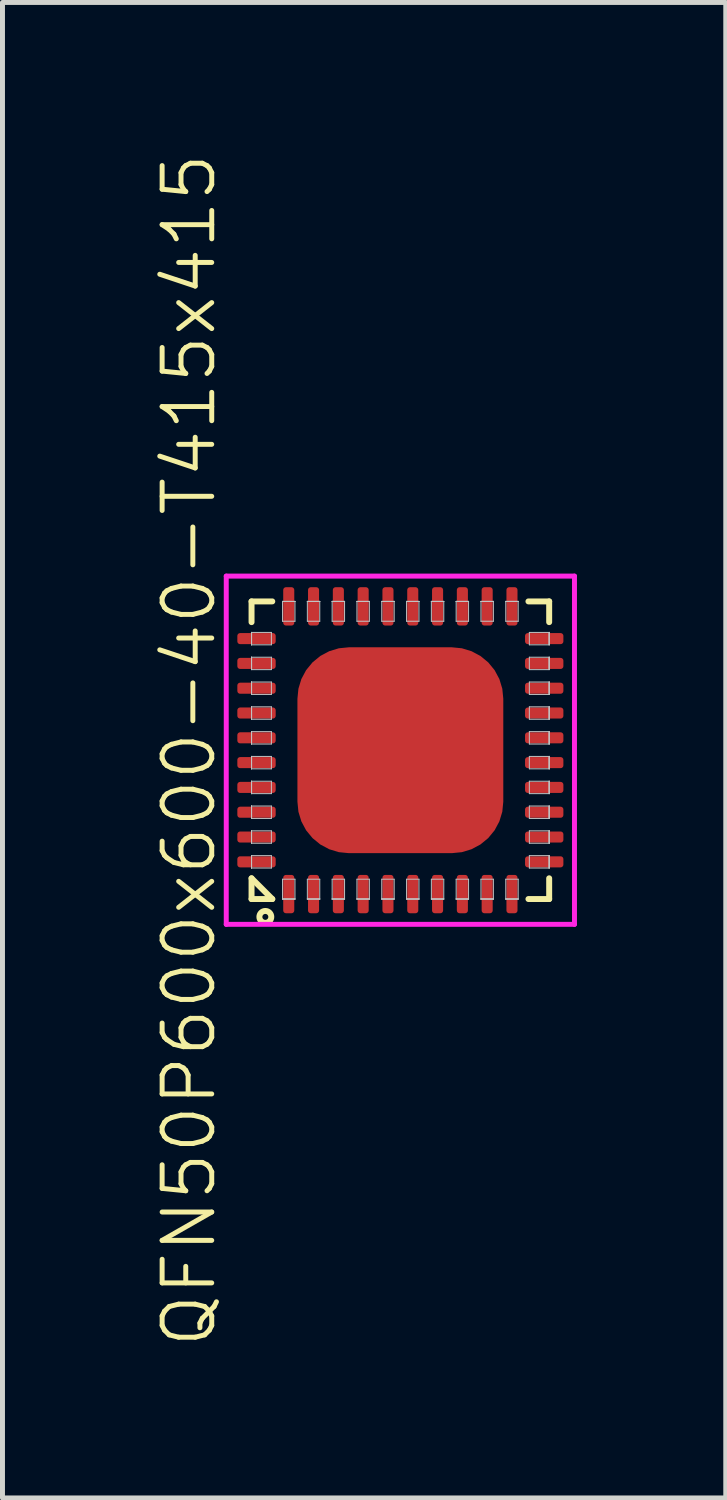
<source format=kicad_pcb>
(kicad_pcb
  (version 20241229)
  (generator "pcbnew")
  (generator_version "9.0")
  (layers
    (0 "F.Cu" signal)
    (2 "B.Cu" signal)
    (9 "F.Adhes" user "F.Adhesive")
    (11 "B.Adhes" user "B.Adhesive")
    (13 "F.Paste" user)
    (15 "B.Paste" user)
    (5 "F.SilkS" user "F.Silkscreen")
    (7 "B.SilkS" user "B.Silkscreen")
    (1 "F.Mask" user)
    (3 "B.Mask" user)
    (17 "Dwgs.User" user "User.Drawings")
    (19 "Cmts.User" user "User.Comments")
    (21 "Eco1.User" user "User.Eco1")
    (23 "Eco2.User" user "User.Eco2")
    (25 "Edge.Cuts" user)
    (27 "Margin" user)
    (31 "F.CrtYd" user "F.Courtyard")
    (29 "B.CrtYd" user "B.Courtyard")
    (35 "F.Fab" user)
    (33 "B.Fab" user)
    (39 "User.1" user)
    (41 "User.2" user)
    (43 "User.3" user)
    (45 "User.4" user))
  (footprint "QFN50P600x600-40-T415x415"
    (layer "F.Cu")
    (at 5.021 12.074)
    (property "Reference" "QFN50P600x600-40-T415x415" (at -4.26 0 90) (layer "F.SilkS") (effects (font (size 1 1) (thickness 0.1))))
    (attr through_hole)
    (fp_line (start -3 -3) (end -3 -2.582) (stroke (width 0.12) (type solid)) (layer "F.SilkS"))
    (fp_line (start -3 -3) (end -2.582 -3) (stroke (width 0.12) (type solid)) (layer "F.SilkS"))
    (fp_line (start -3 2.582) (end -2.582 3) (stroke (width 0.12) (type solid)) (layer "F.SilkS"))
    (fp_line (start -3 3) (end -3 2.582) (stroke (width 0.12) (type solid)) (layer "F.SilkS"))
    (fp_line (start -3 3) (end -2.582 3) (stroke (width 0.12) (type solid)) (layer "F.SilkS"))
    (fp_line (start 3 -3) (end 2.582 -3) (stroke (width 0.12) (type solid)) (layer "F.SilkS"))
    (fp_line (start 3 -3) (end 3 -2.582) (stroke (width 0.12) (type solid)) (layer "F.SilkS"))
    (fp_line (start 3 3) (end 2.582 3) (stroke (width 0.12) (type solid)) (layer "F.SilkS"))
    (fp_line (start 3 3) (end 3 2.582) (stroke (width 0.12) (type solid)) (layer "F.SilkS"))
    (fp_circle (center -2.722 3.36) (end -2.602 3.36) (stroke (width 0.12) (type solid)) (fill no) (layer "F.SilkS"))
    (fp_line (start -3 -2.375) (end -3 -2.375) (stroke (width 0.02) (type solid)) (layer "Dwgs.User"))
    (fp_line (start -3 -2.375) (end -3 -2.125) (stroke (width 0.02) (type solid)) (layer "Dwgs.User"))
    (fp_line (start -3 -2.375) (end -2.6 -2.375) (stroke (width 0.02) (type solid)) (layer "Dwgs.User"))
    (fp_line (start -3 -2.125) (end -3 -2.375) (stroke (width 0.02) (type solid)) (layer "Dwgs.User"))
    (fp_line (start -3 -2.125) (end -3 -2.375) (stroke (width 0.02) (type solid)) (layer "Dwgs.User"))
    (fp_line (start -3 -2.125) (end -3 -2.125) (stroke (width 0.02) (type solid)) (layer "Dwgs.User"))
    (fp_line (start -3 -1.875) (end -3 -1.875) (stroke (width 0.02) (type solid)) (layer "Dwgs.User"))
    (fp_line (start -3 -1.875) (end -3 -1.625) (stroke (width 0.02) (type solid)) (layer "Dwgs.User"))
    (fp_line (start -3 -1.875) (end -2.6 -1.875) (stroke (width 0.02) (type solid)) (layer "Dwgs.User"))
    (fp_line (start -3 -1.625) (end -3 -1.875) (stroke (width 0.02) (type solid)) (layer "Dwgs.User"))
    (fp_line (start -3 -1.625) (end -3 -1.875) (stroke (width 0.02) (type solid)) (layer "Dwgs.User"))
    (fp_line (start -3 -1.625) (end -3 -1.625) (stroke (width 0.02) (type solid)) (layer "Dwgs.User"))
    (fp_line (start -3 -1.375) (end -3 -1.375) (stroke (width 0.02) (type solid)) (layer "Dwgs.User"))
    (fp_line (start -3 -1.375) (end -3 -1.125) (stroke (width 0.02) (type solid)) (layer "Dwgs.User"))
    (fp_line (start -3 -1.375) (end -2.6 -1.375) (stroke (width 0.02) (type solid)) (layer "Dwgs.User"))
    (fp_line (start -3 -1.125) (end -3 -1.375) (stroke (width 0.02) (type solid)) (layer "Dwgs.User"))
    (fp_line (start -3 -1.125) (end -3 -1.375) (stroke (width 0.02) (type solid)) (layer "Dwgs.User"))
    (fp_line (start -3 -1.125) (end -3 -1.125) (stroke (width 0.02) (type solid)) (layer "Dwgs.User"))
    (fp_line (start -3 -0.875) (end -3 -0.875) (stroke (width 0.02) (type solid)) (layer "Dwgs.User"))
    (fp_line (start -3 -0.875) (end -3 -0.625) (stroke (width 0.02) (type solid)) (layer "Dwgs.User"))
    (fp_line (start -3 -0.875) (end -2.6 -0.875) (stroke (width 0.02) (type solid)) (layer "Dwgs.User"))
    (fp_line (start -3 -0.625) (end -3 -0.875) (stroke (width 0.02) (type solid)) (layer "Dwgs.User"))
    (fp_line (start -3 -0.625) (end -3 -0.875) (stroke (width 0.02) (type solid)) (layer "Dwgs.User"))
    (fp_line (start -3 -0.625) (end -3 -0.625) (stroke (width 0.02) (type solid)) (layer "Dwgs.User"))
    (fp_line (start -3 -0.375) (end -3 -0.375) (stroke (width 0.02) (type solid)) (layer "Dwgs.User"))
    (fp_line (start -3 -0.375) (end -3 -0.125) (stroke (width 0.02) (type solid)) (layer "Dwgs.User"))
    (fp_line (start -3 -0.375) (end -2.6 -0.375) (stroke (width 0.02) (type solid)) (layer "Dwgs.User"))
    (fp_line (start -3 -0.125) (end -3 -0.375) (stroke (width 0.02) (type solid)) (layer "Dwgs.User"))
    (fp_line (start -3 -0.125) (end -3 -0.375) (stroke (width 0.02) (type solid)) (layer "Dwgs.User"))
    (fp_line (start -3 -0.125) (end -3 -0.125) (stroke (width 0.02) (type solid)) (layer "Dwgs.User"))
    (fp_line (start -3 0.125) (end -3 0.125) (stroke (width 0.02) (type solid)) (layer "Dwgs.User"))
    (fp_line (start -3 0.125) (end -3 0.375) (stroke (width 0.02) (type solid)) (layer "Dwgs.User"))
    (fp_line (start -3 0.125) (end -2.6 0.125) (stroke (width 0.02) (type solid)) (layer "Dwgs.User"))
    (fp_line (start -3 0.375) (end -3 0.125) (stroke (width 0.02) (type solid)) (layer "Dwgs.User"))
    (fp_line (start -3 0.375) (end -3 0.125) (stroke (width 0.02) (type solid)) (layer "Dwgs.User"))
    (fp_line (start -3 0.375) (end -3 0.375) (stroke (width 0.02) (type solid)) (layer "Dwgs.User"))
    (fp_line (start -3 0.625) (end -3 0.625) (stroke (width 0.02) (type solid)) (layer "Dwgs.User"))
    (fp_line (start -3 0.625) (end -3 0.875) (stroke (width 0.02) (type solid)) (layer "Dwgs.User"))
    (fp_line (start -3 0.625) (end -2.6 0.625) (stroke (width 0.02) (type solid)) (layer "Dwgs.User"))
    (fp_line (start -3 0.875) (end -3 0.625) (stroke (width 0.02) (type solid)) (layer "Dwgs.User"))
    (fp_line (start -3 0.875) (end -3 0.625) (stroke (width 0.02) (type solid)) (layer "Dwgs.User"))
    (fp_line (start -3 0.875) (end -3 0.875) (stroke (width 0.02) (type solid)) (layer "Dwgs.User"))
    (fp_line (start -3 1.125) (end -3 1.125) (stroke (width 0.02) (type solid)) (layer "Dwgs.User"))
    (fp_line (start -3 1.125) (end -3 1.375) (stroke (width 0.02) (type solid)) (layer "Dwgs.User"))
    (fp_line (start -3 1.125) (end -2.6 1.125) (stroke (width 0.02) (type solid)) (layer "Dwgs.User"))
    (fp_line (start -3 1.375) (end -3 1.125) (stroke (width 0.02) (type solid)) (layer "Dwgs.User"))
    (fp_line (start -3 1.375) (end -3 1.125) (stroke (width 0.02) (type solid)) (layer "Dwgs.User"))
    (fp_line (start -3 1.375) (end -3 1.375) (stroke (width 0.02) (type solid)) (layer "Dwgs.User"))
    (fp_line (start -3 1.625) (end -3 1.625) (stroke (width 0.02) (type solid)) (layer "Dwgs.User"))
    (fp_line (start -3 1.625) (end -3 1.875) (stroke (width 0.02) (type solid)) (layer "Dwgs.User"))
    (fp_line (start -3 1.625) (end -2.6 1.625) (stroke (width 0.02) (type solid)) (layer "Dwgs.User"))
    (fp_line (start -3 1.875) (end -3 1.625) (stroke (width 0.02) (type solid)) (layer "Dwgs.User"))
    (fp_line (start -3 1.875) (end -3 1.625) (stroke (width 0.02) (type solid)) (layer "Dwgs.User"))
    (fp_line (start -3 1.875) (end -3 1.875) (stroke (width 0.02) (type solid)) (layer "Dwgs.User"))
    (fp_line (start -3 2.125) (end -3 2.125) (stroke (width 0.02) (type solid)) (layer "Dwgs.User"))
    (fp_line (start -3 2.125) (end -3 2.375) (stroke (width 0.02) (type solid)) (layer "Dwgs.User"))
    (fp_line (start -3 2.125) (end -2.6 2.125) (stroke (width 0.02) (type solid)) (layer "Dwgs.User"))
    (fp_line (start -3 2.375) (end -3 2.125) (stroke (width 0.02) (type solid)) (layer "Dwgs.User"))
    (fp_line (start -3 2.375) (end -3 2.125) (stroke (width 0.02) (type solid)) (layer "Dwgs.User"))
    (fp_line (start -3 2.375) (end -3 2.375) (stroke (width 0.02) (type solid)) (layer "Dwgs.User"))
    (fp_line (start -2.6 -2.375) (end -2.6 -2.125) (stroke (width 0.02) (type solid)) (layer "Dwgs.User"))
    (fp_line (start -2.6 -2.125) (end -3 -2.125) (stroke (width 0.02) (type solid)) (layer "Dwgs.User"))
    (fp_line (start -2.6 -1.875) (end -2.6 -1.625) (stroke (width 0.02) (type solid)) (layer "Dwgs.User"))
    (fp_line (start -2.6 -1.625) (end -3 -1.625) (stroke (width 0.02) (type solid)) (layer "Dwgs.User"))
    (fp_line (start -2.6 -1.375) (end -2.6 -1.125) (stroke (width 0.02) (type solid)) (layer "Dwgs.User"))
    (fp_line (start -2.6 -1.125) (end -3 -1.125) (stroke (width 0.02) (type solid)) (layer "Dwgs.User"))
    (fp_line (start -2.6 -0.875) (end -2.6 -0.625) (stroke (width 0.02) (type solid)) (layer "Dwgs.User"))
    (fp_line (start -2.6 -0.625) (end -3 -0.625) (stroke (width 0.02) (type solid)) (layer "Dwgs.User"))
    (fp_line (start -2.6 -0.375) (end -2.6 -0.125) (stroke (width 0.02) (type solid)) (layer "Dwgs.User"))
    (fp_line (start -2.6 -0.125) (end -3 -0.125) (stroke (width 0.02) (type solid)) (layer "Dwgs.User"))
    (fp_line (start -2.6 0.125) (end -2.6 0.375) (stroke (width 0.02) (type solid)) (layer "Dwgs.User"))
    (fp_line (start -2.6 0.375) (end -3 0.375) (stroke (width 0.02) (type solid)) (layer "Dwgs.User"))
    (fp_line (start -2.6 0.625) (end -2.6 0.875) (stroke (width 0.02) (type solid)) (layer "Dwgs.User"))
    (fp_line (start -2.6 0.875) (end -3 0.875) (stroke (width 0.02) (type solid)) (layer "Dwgs.User"))
    (fp_line (start -2.6 1.125) (end -2.6 1.375) (stroke (width 0.02) (type solid)) (layer "Dwgs.User"))
    (fp_line (start -2.6 1.375) (end -3 1.375) (stroke (width 0.02) (type solid)) (layer "Dwgs.User"))
    (fp_line (start -2.6 1.625) (end -2.6 1.875) (stroke (width 0.02) (type solid)) (layer "Dwgs.User"))
    (fp_line (start -2.6 1.875) (end -3 1.875) (stroke (width 0.02) (type solid)) (layer "Dwgs.User"))
    (fp_line (start -2.6 2.125) (end -2.6 2.375) (stroke (width 0.02) (type solid)) (layer "Dwgs.User"))
    (fp_line (start -2.6 2.375) (end -3 2.375) (stroke (width 0.02) (type solid)) (layer "Dwgs.User"))
    (fp_line (start -2.375 -3) (end -2.375 -3) (stroke (width 0.02) (type solid)) (layer "Dwgs.User"))
    (fp_line (start -2.375 -3) (end -2.125 -3) (stroke (width 0.02) (type solid)) (layer "Dwgs.User"))
    (fp_line (start -2.375 -3) (end -2.125 -3) (stroke (width 0.02) (type solid)) (layer "Dwgs.User"))
    (fp_line (start -2.375 -2.6) (end -2.375 -3) (stroke (width 0.02) (type solid)) (layer "Dwgs.User"))
    (fp_line (start -2.375 2.6) (end -2.375 3) (stroke (width 0.02) (type solid)) (layer "Dwgs.User"))
    (fp_line (start -2.375 3) (end -2.375 3) (stroke (width 0.02) (type solid)) (layer "Dwgs.User"))
    (fp_line (start -2.375 3) (end -2.125 3) (stroke (width 0.02) (type solid)) (layer "Dwgs.User"))
    (fp_line (start -2.375 3) (end -2.125 3) (stroke (width 0.02) (type solid)) (layer "Dwgs.User"))
    (fp_line (start -2.125 -3) (end -2.375 -3) (stroke (width 0.02) (type solid)) (layer "Dwgs.User"))
    (fp_line (start -2.125 -3) (end -2.125 -3) (stroke (width 0.02) (type solid)) (layer "Dwgs.User"))
    (fp_line (start -2.125 -3) (end -2.125 -2.6) (stroke (width 0.02) (type solid)) (layer "Dwgs.User"))
    (fp_line (start -2.125 -2.6) (end -2.375 -2.6) (stroke (width 0.02) (type solid)) (layer "Dwgs.User"))
    (fp_line (start -2.125 2.6) (end -2.375 2.6) (stroke (width 0.02) (type solid)) (layer "Dwgs.User"))
    (fp_line (start -2.125 3) (end -2.375 3) (stroke (width 0.02) (type solid)) (layer "Dwgs.User"))
    (fp_line (start -2.125 3) (end -2.125 2.6) (stroke (width 0.02) (type solid)) (layer "Dwgs.User"))
    (fp_line (start -2.125 3) (end -2.125 3) (stroke (width 0.02) (type solid)) (layer "Dwgs.User"))
    (fp_line (start -1.875 -3) (end -1.875 -3) (stroke (width 0.02) (type solid)) (layer "Dwgs.User"))
    (fp_line (start -1.875 -3) (end -1.625 -3) (stroke (width 0.02) (type solid)) (layer "Dwgs.User"))
    (fp_line (start -1.875 -3) (end -1.625 -3) (stroke (width 0.02) (type solid)) (layer "Dwgs.User"))
    (fp_line (start -1.875 -2.6) (end -1.875 -3) (stroke (width 0.02) (type solid)) (layer "Dwgs.User"))
    (fp_line (start -1.875 2.6) (end -1.875 3) (stroke (width 0.02) (type solid)) (layer "Dwgs.User"))
    (fp_line (start -1.875 3) (end -1.875 3) (stroke (width 0.02) (type solid)) (layer "Dwgs.User"))
    (fp_line (start -1.875 3) (end -1.625 3) (stroke (width 0.02) (type solid)) (layer "Dwgs.User"))
    (fp_line (start -1.875 3) (end -1.625 3) (stroke (width 0.02) (type solid)) (layer "Dwgs.User"))
    (fp_line (start -1.625 -3) (end -1.875 -3) (stroke (width 0.02) (type solid)) (layer "Dwgs.User"))
    (fp_line (start -1.625 -3) (end -1.625 -3) (stroke (width 0.02) (type solid)) (layer "Dwgs.User"))
    (fp_line (start -1.625 -3) (end -1.625 -2.6) (stroke (width 0.02) (type solid)) (layer "Dwgs.User"))
    (fp_line (start -1.625 -2.6) (end -1.875 -2.6) (stroke (width 0.02) (type solid)) (layer "Dwgs.User"))
    (fp_line (start -1.625 2.6) (end -1.875 2.6) (stroke (width 0.02) (type solid)) (layer "Dwgs.User"))
    (fp_line (start -1.625 3) (end -1.875 3) (stroke (width 0.02) (type solid)) (layer "Dwgs.User"))
    (fp_line (start -1.625 3) (end -1.625 2.6) (stroke (width 0.02) (type solid)) (layer "Dwgs.User"))
    (fp_line (start -1.625 3) (end -1.625 3) (stroke (width 0.02) (type solid)) (layer "Dwgs.User"))
    (fp_line (start -1.375 -3) (end -1.375 -3) (stroke (width 0.02) (type solid)) (layer "Dwgs.User"))
    (fp_line (start -1.375 -3) (end -1.125 -3) (stroke (width 0.02) (type solid)) (layer "Dwgs.User"))
    (fp_line (start -1.375 -3) (end -1.125 -3) (stroke (width 0.02) (type solid)) (layer "Dwgs.User"))
    (fp_line (start -1.375 -2.6) (end -1.375 -3) (stroke (width 0.02) (type solid)) (layer "Dwgs.User"))
    (fp_line (start -1.375 2.6) (end -1.375 3) (stroke (width 0.02) (type solid)) (layer "Dwgs.User"))
    (fp_line (start -1.375 3) (end -1.375 3) (stroke (width 0.02) (type solid)) (layer "Dwgs.User"))
    (fp_line (start -1.375 3) (end -1.125 3) (stroke (width 0.02) (type solid)) (layer "Dwgs.User"))
    (fp_line (start -1.375 3) (end -1.125 3) (stroke (width 0.02) (type solid)) (layer "Dwgs.User"))
    (fp_line (start -1.125 -3) (end -1.375 -3) (stroke (width 0.02) (type solid)) (layer "Dwgs.User"))
    (fp_line (start -1.125 -3) (end -1.125 -3) (stroke (width 0.02) (type solid)) (layer "Dwgs.User"))
    (fp_line (start -1.125 -3) (end -1.125 -2.6) (stroke (width 0.02) (type solid)) (layer "Dwgs.User"))
    (fp_line (start -1.125 -2.6) (end -1.375 -2.6) (stroke (width 0.02) (type solid)) (layer "Dwgs.User"))
    (fp_line (start -1.125 2.6) (end -1.375 2.6) (stroke (width 0.02) (type solid)) (layer "Dwgs.User"))
    (fp_line (start -1.125 3) (end -1.375 3) (stroke (width 0.02) (type solid)) (layer "Dwgs.User"))
    (fp_line (start -1.125 3) (end -1.125 2.6) (stroke (width 0.02) (type solid)) (layer "Dwgs.User"))
    (fp_line (start -1.125 3) (end -1.125 3) (stroke (width 0.02) (type solid)) (layer "Dwgs.User"))
    (fp_line (start -0.875 -3) (end -0.875 -3) (stroke (width 0.02) (type solid)) (layer "Dwgs.User"))
    (fp_line (start -0.875 -3) (end -0.625 -3) (stroke (width 0.02) (type solid)) (layer "Dwgs.User"))
    (fp_line (start -0.875 -3) (end -0.625 -3) (stroke (width 0.02) (type solid)) (layer "Dwgs.User"))
    (fp_line (start -0.875 -2.6) (end -0.875 -3) (stroke (width 0.02) (type solid)) (layer "Dwgs.User"))
    (fp_line (start -0.875 2.6) (end -0.875 3) (stroke (width 0.02) (type solid)) (layer "Dwgs.User"))
    (fp_line (start -0.875 3) (end -0.875 3) (stroke (width 0.02) (type solid)) (layer "Dwgs.User"))
    (fp_line (start -0.875 3) (end -0.625 3) (stroke (width 0.02) (type solid)) (layer "Dwgs.User"))
    (fp_line (start -0.875 3) (end -0.625 3) (stroke (width 0.02) (type solid)) (layer "Dwgs.User"))
    (fp_line (start -0.625 -3) (end -0.875 -3) (stroke (width 0.02) (type solid)) (layer "Dwgs.User"))
    (fp_line (start -0.625 -3) (end -0.625 -3) (stroke (width 0.02) (type solid)) (layer "Dwgs.User"))
    (fp_line (start -0.625 -3) (end -0.625 -2.6) (stroke (width 0.02) (type solid)) (layer "Dwgs.User"))
    (fp_line (start -0.625 -2.6) (end -0.875 -2.6) (stroke (width 0.02) (type solid)) (layer "Dwgs.User"))
    (fp_line (start -0.625 2.6) (end -0.875 2.6) (stroke (width 0.02) (type solid)) (layer "Dwgs.User"))
    (fp_line (start -0.625 3) (end -0.875 3) (stroke (width 0.02) (type solid)) (layer "Dwgs.User"))
    (fp_line (start -0.625 3) (end -0.625 2.6) (stroke (width 0.02) (type solid)) (layer "Dwgs.User"))
    (fp_line (start -0.625 3) (end -0.625 3) (stroke (width 0.02) (type solid)) (layer "Dwgs.User"))
    (fp_line (start -0.375 -3) (end -0.375 -3) (stroke (width 0.02) (type solid)) (layer "Dwgs.User"))
    (fp_line (start -0.375 -3) (end -0.125 -3) (stroke (width 0.02) (type solid)) (layer "Dwgs.User"))
    (fp_line (start -0.375 -3) (end -0.125 -3) (stroke (width 0.02) (type solid)) (layer "Dwgs.User"))
    (fp_line (start -0.375 -2.6) (end -0.375 -3) (stroke (width 0.02) (type solid)) (layer "Dwgs.User"))
    (fp_line (start -0.375 2.6) (end -0.375 3) (stroke (width 0.02) (type solid)) (layer "Dwgs.User"))
    (fp_line (start -0.375 3) (end -0.375 3) (stroke (width 0.02) (type solid)) (layer "Dwgs.User"))
    (fp_line (start -0.375 3) (end -0.125 3) (stroke (width 0.02) (type solid)) (layer "Dwgs.User"))
    (fp_line (start -0.375 3) (end -0.125 3) (stroke (width 0.02) (type solid)) (layer "Dwgs.User"))
    (fp_line (start -0.125 -3) (end -0.375 -3) (stroke (width 0.02) (type solid)) (layer "Dwgs.User"))
    (fp_line (start -0.125 -3) (end -0.125 -3) (stroke (width 0.02) (type solid)) (layer "Dwgs.User"))
    (fp_line (start -0.125 -3) (end -0.125 -2.6) (stroke (width 0.02) (type solid)) (layer "Dwgs.User"))
    (fp_line (start -0.125 -2.6) (end -0.375 -2.6) (stroke (width 0.02) (type solid)) (layer "Dwgs.User"))
    (fp_line (start -0.125 2.6) (end -0.375 2.6) (stroke (width 0.02) (type solid)) (layer "Dwgs.User"))
    (fp_line (start -0.125 3) (end -0.375 3) (stroke (width 0.02) (type solid)) (layer "Dwgs.User"))
    (fp_line (start -0.125 3) (end -0.125 2.6) (stroke (width 0.02) (type solid)) (layer "Dwgs.User"))
    (fp_line (start -0.125 3) (end -0.125 3) (stroke (width 0.02) (type solid)) (layer "Dwgs.User"))
    (fp_line (start 0.125 -3) (end 0.125 -3) (stroke (width 0.02) (type solid)) (layer "Dwgs.User"))
    (fp_line (start 0.125 -3) (end 0.375 -3) (stroke (width 0.02) (type solid)) (layer "Dwgs.User"))
    (fp_line (start 0.125 -3) (end 0.375 -3) (stroke (width 0.02) (type solid)) (layer "Dwgs.User"))
    (fp_line (start 0.125 -2.6) (end 0.125 -3) (stroke (width 0.02) (type solid)) (layer "Dwgs.User"))
    (fp_line (start 0.125 2.6) (end 0.125 3) (stroke (width 0.02) (type solid)) (layer "Dwgs.User"))
    (fp_line (start 0.125 3) (end 0.125 3) (stroke (width 0.02) (type solid)) (layer "Dwgs.User"))
    (fp_line (start 0.125 3) (end 0.375 3) (stroke (width 0.02) (type solid)) (layer "Dwgs.User"))
    (fp_line (start 0.125 3) (end 0.375 3) (stroke (width 0.02) (type solid)) (layer "Dwgs.User"))
    (fp_line (start 0.375 -3) (end 0.125 -3) (stroke (width 0.02) (type solid)) (layer "Dwgs.User"))
    (fp_line (start 0.375 -3) (end 0.375 -3) (stroke (width 0.02) (type solid)) (layer "Dwgs.User"))
    (fp_line (start 0.375 -3) (end 0.375 -2.6) (stroke (width 0.02) (type solid)) (layer "Dwgs.User"))
    (fp_line (start 0.375 -2.6) (end 0.125 -2.6) (stroke (width 0.02) (type solid)) (layer "Dwgs.User"))
    (fp_line (start 0.375 2.6) (end 0.125 2.6) (stroke (width 0.02) (type solid)) (layer "Dwgs.User"))
    (fp_line (start 0.375 3) (end 0.125 3) (stroke (width 0.02) (type solid)) (layer "Dwgs.User"))
    (fp_line (start 0.375 3) (end 0.375 2.6) (stroke (width 0.02) (type solid)) (layer "Dwgs.User"))
    (fp_line (start 0.375 3) (end 0.375 3) (stroke (width 0.02) (type solid)) (layer "Dwgs.User"))
    (fp_line (start 0.625 -3) (end 0.625 -3) (stroke (width 0.02) (type solid)) (layer "Dwgs.User"))
    (fp_line (start 0.625 -3) (end 0.875 -3) (stroke (width 0.02) (type solid)) (layer "Dwgs.User"))
    (fp_line (start 0.625 -3) (end 0.875 -3) (stroke (width 0.02) (type solid)) (layer "Dwgs.User"))
    (fp_line (start 0.625 -2.6) (end 0.625 -3) (stroke (width 0.02) (type solid)) (layer "Dwgs.User"))
    (fp_line (start 0.625 2.6) (end 0.625 3) (stroke (width 0.02) (type solid)) (layer "Dwgs.User"))
    (fp_line (start 0.625 3) (end 0.625 3) (stroke (width 0.02) (type solid)) (layer "Dwgs.User"))
    (fp_line (start 0.625 3) (end 0.875 3) (stroke (width 0.02) (type solid)) (layer "Dwgs.User"))
    (fp_line (start 0.625 3) (end 0.875 3) (stroke (width 0.02) (type solid)) (layer "Dwgs.User"))
    (fp_line (start 0.875 -3) (end 0.625 -3) (stroke (width 0.02) (type solid)) (layer "Dwgs.User"))
    (fp_line (start 0.875 -3) (end 0.875 -3) (stroke (width 0.02) (type solid)) (layer "Dwgs.User"))
    (fp_line (start 0.875 -3) (end 0.875 -2.6) (stroke (width 0.02) (type solid)) (layer "Dwgs.User"))
    (fp_line (start 0.875 -2.6) (end 0.625 -2.6) (stroke (width 0.02) (type solid)) (layer "Dwgs.User"))
    (fp_line (start 0.875 2.6) (end 0.625 2.6) (stroke (width 0.02) (type solid)) (layer "Dwgs.User"))
    (fp_line (start 0.875 3) (end 0.625 3) (stroke (width 0.02) (type solid)) (layer "Dwgs.User"))
    (fp_line (start 0.875 3) (end 0.875 2.6) (stroke (width 0.02) (type solid)) (layer "Dwgs.User"))
    (fp_line (start 0.875 3) (end 0.875 3) (stroke (width 0.02) (type solid)) (layer "Dwgs.User"))
    (fp_line (start 1.125 -3) (end 1.125 -3) (stroke (width 0.02) (type solid)) (layer "Dwgs.User"))
    (fp_line (start 1.125 -3) (end 1.375 -3) (stroke (width 0.02) (type solid)) (layer "Dwgs.User"))
    (fp_line (start 1.125 -3) (end 1.375 -3) (stroke (width 0.02) (type solid)) (layer "Dwgs.User"))
    (fp_line (start 1.125 -2.6) (end 1.125 -3) (stroke (width 0.02) (type solid)) (layer "Dwgs.User"))
    (fp_line (start 1.125 2.6) (end 1.125 3) (stroke (width 0.02) (type solid)) (layer "Dwgs.User"))
    (fp_line (start 1.125 3) (end 1.125 3) (stroke (width 0.02) (type solid)) (layer "Dwgs.User"))
    (fp_line (start 1.125 3) (end 1.375 3) (stroke (width 0.02) (type solid)) (layer "Dwgs.User"))
    (fp_line (start 1.125 3) (end 1.375 3) (stroke (width 0.02) (type solid)) (layer "Dwgs.User"))
    (fp_line (start 1.375 -3) (end 1.125 -3) (stroke (width 0.02) (type solid)) (layer "Dwgs.User"))
    (fp_line (start 1.375 -3) (end 1.375 -3) (stroke (width 0.02) (type solid)) (layer "Dwgs.User"))
    (fp_line (start 1.375 -3) (end 1.375 -2.6) (stroke (width 0.02) (type solid)) (layer "Dwgs.User"))
    (fp_line (start 1.375 -2.6) (end 1.125 -2.6) (stroke (width 0.02) (type solid)) (layer "Dwgs.User"))
    (fp_line (start 1.375 2.6) (end 1.125 2.6) (stroke (width 0.02) (type solid)) (layer "Dwgs.User"))
    (fp_line (start 1.375 3) (end 1.125 3) (stroke (width 0.02) (type solid)) (layer "Dwgs.User"))
    (fp_line (start 1.375 3) (end 1.375 2.6) (stroke (width 0.02) (type solid)) (layer "Dwgs.User"))
    (fp_line (start 1.375 3) (end 1.375 3) (stroke (width 0.02) (type solid)) (layer "Dwgs.User"))
    (fp_line (start 1.625 -3) (end 1.625 -3) (stroke (width 0.02) (type solid)) (layer "Dwgs.User"))
    (fp_line (start 1.625 -3) (end 1.875 -3) (stroke (width 0.02) (type solid)) (layer "Dwgs.User"))
    (fp_line (start 1.625 -3) (end 1.875 -3) (stroke (width 0.02) (type solid)) (layer "Dwgs.User"))
    (fp_line (start 1.625 -2.6) (end 1.625 -3) (stroke (width 0.02) (type solid)) (layer "Dwgs.User"))
    (fp_line (start 1.625 2.6) (end 1.625 3) (stroke (width 0.02) (type solid)) (layer "Dwgs.User"))
    (fp_line (start 1.625 3) (end 1.625 3) (stroke (width 0.02) (type solid)) (layer "Dwgs.User"))
    (fp_line (start 1.625 3) (end 1.875 3) (stroke (width 0.02) (type solid)) (layer "Dwgs.User"))
    (fp_line (start 1.625 3) (end 1.875 3) (stroke (width 0.02) (type solid)) (layer "Dwgs.User"))
    (fp_line (start 1.875 -3) (end 1.625 -3) (stroke (width 0.02) (type solid)) (layer "Dwgs.User"))
    (fp_line (start 1.875 -3) (end 1.875 -3) (stroke (width 0.02) (type solid)) (layer "Dwgs.User"))
    (fp_line (start 1.875 -3) (end 1.875 -2.6) (stroke (width 0.02) (type solid)) (layer "Dwgs.User"))
    (fp_line (start 1.875 -2.6) (end 1.625 -2.6) (stroke (width 0.02) (type solid)) (layer "Dwgs.User"))
    (fp_line (start 1.875 2.6) (end 1.625 2.6) (stroke (width 0.02) (type solid)) (layer "Dwgs.User"))
    (fp_line (start 1.875 3) (end 1.625 3) (stroke (width 0.02) (type solid)) (layer "Dwgs.User"))
    (fp_line (start 1.875 3) (end 1.875 2.6) (stroke (width 0.02) (type solid)) (layer "Dwgs.User"))
    (fp_line (start 1.875 3) (end 1.875 3) (stroke (width 0.02) (type solid)) (layer "Dwgs.User"))
    (fp_line (start 2.125 -3) (end 2.125 -3) (stroke (width 0.02) (type solid)) (layer "Dwgs.User"))
    (fp_line (start 2.125 -3) (end 2.375 -3) (stroke (width 0.02) (type solid)) (layer "Dwgs.User"))
    (fp_line (start 2.125 -3) (end 2.375 -3) (stroke (width 0.02) (type solid)) (layer "Dwgs.User"))
    (fp_line (start 2.125 -2.6) (end 2.125 -3) (stroke (width 0.02) (type solid)) (layer "Dwgs.User"))
    (fp_line (start 2.125 2.6) (end 2.125 3) (stroke (width 0.02) (type solid)) (layer "Dwgs.User"))
    (fp_line (start 2.125 3) (end 2.125 3) (stroke (width 0.02) (type solid)) (layer "Dwgs.User"))
    (fp_line (start 2.125 3) (end 2.375 3) (stroke (width 0.02) (type solid)) (layer "Dwgs.User"))
    (fp_line (start 2.125 3) (end 2.375 3) (stroke (width 0.02) (type solid)) (layer "Dwgs.User"))
    (fp_line (start 2.375 -3) (end 2.125 -3) (stroke (width 0.02) (type solid)) (layer "Dwgs.User"))
    (fp_line (start 2.375 -3) (end 2.375 -3) (stroke (width 0.02) (type solid)) (layer "Dwgs.User"))
    (fp_line (start 2.375 -3) (end 2.375 -2.6) (stroke (width 0.02) (type solid)) (layer "Dwgs.User"))
    (fp_line (start 2.375 -2.6) (end 2.125 -2.6) (stroke (width 0.02) (type solid)) (layer "Dwgs.User"))
    (fp_line (start 2.375 2.6) (end 2.125 2.6) (stroke (width 0.02) (type solid)) (layer "Dwgs.User"))
    (fp_line (start 2.375 3) (end 2.125 3) (stroke (width 0.02) (type solid)) (layer "Dwgs.User"))
    (fp_line (start 2.375 3) (end 2.375 2.6) (stroke (width 0.02) (type solid)) (layer "Dwgs.User"))
    (fp_line (start 2.375 3) (end 2.375 3) (stroke (width 0.02) (type solid)) (layer "Dwgs.User"))
    (fp_line (start 2.6 -2.375) (end 2.6 -2.125) (stroke (width 0.02) (type solid)) (layer "Dwgs.User"))
    (fp_line (start 2.6 -2.125) (end 3 -2.125) (stroke (width 0.02) (type solid)) (layer "Dwgs.User"))
    (fp_line (start 2.6 -1.875) (end 2.6 -1.625) (stroke (width 0.02) (type solid)) (layer "Dwgs.User"))
    (fp_line (start 2.6 -1.625) (end 3 -1.625) (stroke (width 0.02) (type solid)) (layer "Dwgs.User"))
    (fp_line (start 2.6 -1.375) (end 2.6 -1.125) (stroke (width 0.02) (type solid)) (layer "Dwgs.User"))
    (fp_line (start 2.6 -1.125) (end 3 -1.125) (stroke (width 0.02) (type solid)) (layer "Dwgs.User"))
    (fp_line (start 2.6 -0.875) (end 2.6 -0.625) (stroke (width 0.02) (type solid)) (layer "Dwgs.User"))
    (fp_line (start 2.6 -0.625) (end 3 -0.625) (stroke (width 0.02) (type solid)) (layer "Dwgs.User"))
    (fp_line (start 2.6 -0.375) (end 2.6 -0.125) (stroke (width 0.02) (type solid)) (layer "Dwgs.User"))
    (fp_line (start 2.6 -0.125) (end 3 -0.125) (stroke (width 0.02) (type solid)) (layer "Dwgs.User"))
    (fp_line (start 2.6 0.125) (end 2.6 0.375) (stroke (width 0.02) (type solid)) (layer "Dwgs.User"))
    (fp_line (start 2.6 0.375) (end 3 0.375) (stroke (width 0.02) (type solid)) (layer "Dwgs.User"))
    (fp_line (start 2.6 0.625) (end 2.6 0.875) (stroke (width 0.02) (type solid)) (layer "Dwgs.User"))
    (fp_line (start 2.6 0.875) (end 3 0.875) (stroke (width 0.02) (type solid)) (layer "Dwgs.User"))
    (fp_line (start 2.6 1.125) (end 2.6 1.375) (stroke (width 0.02) (type solid)) (layer "Dwgs.User"))
    (fp_line (start 2.6 1.375) (end 3 1.375) (stroke (width 0.02) (type solid)) (layer "Dwgs.User"))
    (fp_line (start 2.6 1.625) (end 2.6 1.875) (stroke (width 0.02) (type solid)) (layer "Dwgs.User"))
    (fp_line (start 2.6 1.875) (end 3 1.875) (stroke (width 0.02) (type solid)) (layer "Dwgs.User"))
    (fp_line (start 2.6 2.125) (end 2.6 2.375) (stroke (width 0.02) (type solid)) (layer "Dwgs.User"))
    (fp_line (start 2.6 2.375) (end 3 2.375) (stroke (width 0.02) (type solid)) (layer "Dwgs.User"))
    (fp_line (start 3 -2.375) (end 2.6 -2.375) (stroke (width 0.02) (type solid)) (layer "Dwgs.User"))
    (fp_line (start 3 -2.375) (end 3 -2.375) (stroke (width 0.02) (type solid)) (layer "Dwgs.User"))
    (fp_line (start 3 -2.375) (end 3 -2.125) (stroke (width 0.02) (type solid)) (layer "Dwgs.User"))
    (fp_line (start 3 -2.125) (end 3 -2.375) (stroke (width 0.02) (type solid)) (layer "Dwgs.User"))
    (fp_line (start 3 -2.125) (end 3 -2.375) (stroke (width 0.02) (type solid)) (layer "Dwgs.User"))
    (fp_line (start 3 -2.125) (end 3 -2.125) (stroke (width 0.02) (type solid)) (layer "Dwgs.User"))
    (fp_line (start 3 -1.875) (end 2.6 -1.875) (stroke (width 0.02) (type solid)) (layer "Dwgs.User"))
    (fp_line (start 3 -1.875) (end 3 -1.875) (stroke (width 0.02) (type solid)) (layer "Dwgs.User"))
    (fp_line (start 3 -1.875) (end 3 -1.625) (stroke (width 0.02) (type solid)) (layer "Dwgs.User"))
    (fp_line (start 3 -1.625) (end 3 -1.875) (stroke (width 0.02) (type solid)) (layer "Dwgs.User"))
    (fp_line (start 3 -1.625) (end 3 -1.875) (stroke (width 0.02) (type solid)) (layer "Dwgs.User"))
    (fp_line (start 3 -1.625) (end 3 -1.625) (stroke (width 0.02) (type solid)) (layer "Dwgs.User"))
    (fp_line (start 3 -1.375) (end 2.6 -1.375) (stroke (width 0.02) (type solid)) (layer "Dwgs.User"))
    (fp_line (start 3 -1.375) (end 3 -1.375) (stroke (width 0.02) (type solid)) (layer "Dwgs.User"))
    (fp_line (start 3 -1.375) (end 3 -1.125) (stroke (width 0.02) (type solid)) (layer "Dwgs.User"))
    (fp_line (start 3 -1.125) (end 3 -1.375) (stroke (width 0.02) (type solid)) (layer "Dwgs.User"))
    (fp_line (start 3 -1.125) (end 3 -1.375) (stroke (width 0.02) (type solid)) (layer "Dwgs.User"))
    (fp_line (start 3 -1.125) (end 3 -1.125) (stroke (width 0.02) (type solid)) (layer "Dwgs.User"))
    (fp_line (start 3 -0.875) (end 2.6 -0.875) (stroke (width 0.02) (type solid)) (layer "Dwgs.User"))
    (fp_line (start 3 -0.875) (end 3 -0.875) (stroke (width 0.02) (type solid)) (layer "Dwgs.User"))
    (fp_line (start 3 -0.875) (end 3 -0.625) (stroke (width 0.02) (type solid)) (layer "Dwgs.User"))
    (fp_line (start 3 -0.625) (end 3 -0.875) (stroke (width 0.02) (type solid)) (layer "Dwgs.User"))
    (fp_line (start 3 -0.625) (end 3 -0.875) (stroke (width 0.02) (type solid)) (layer "Dwgs.User"))
    (fp_line (start 3 -0.625) (end 3 -0.625) (stroke (width 0.02) (type solid)) (layer "Dwgs.User"))
    (fp_line (start 3 -0.375) (end 2.6 -0.375) (stroke (width 0.02) (type solid)) (layer "Dwgs.User"))
    (fp_line (start 3 -0.375) (end 3 -0.375) (stroke (width 0.02) (type solid)) (layer "Dwgs.User"))
    (fp_line (start 3 -0.375) (end 3 -0.125) (stroke (width 0.02) (type solid)) (layer "Dwgs.User"))
    (fp_line (start 3 -0.125) (end 3 -0.375) (stroke (width 0.02) (type solid)) (layer "Dwgs.User"))
    (fp_line (start 3 -0.125) (end 3 -0.375) (stroke (width 0.02) (type solid)) (layer "Dwgs.User"))
    (fp_line (start 3 -0.125) (end 3 -0.125) (stroke (width 0.02) (type solid)) (layer "Dwgs.User"))
    (fp_line (start 3 0.125) (end 2.6 0.125) (stroke (width 0.02) (type solid)) (layer "Dwgs.User"))
    (fp_line (start 3 0.125) (end 3 0.125) (stroke (width 0.02) (type solid)) (layer "Dwgs.User"))
    (fp_line (start 3 0.125) (end 3 0.375) (stroke (width 0.02) (type solid)) (layer "Dwgs.User"))
    (fp_line (start 3 0.375) (end 3 0.125) (stroke (width 0.02) (type solid)) (layer "Dwgs.User"))
    (fp_line (start 3 0.375) (end 3 0.125) (stroke (width 0.02) (type solid)) (layer "Dwgs.User"))
    (fp_line (start 3 0.375) (end 3 0.375) (stroke (width 0.02) (type solid)) (layer "Dwgs.User"))
    (fp_line (start 3 0.625) (end 2.6 0.625) (stroke (width 0.02) (type solid)) (layer "Dwgs.User"))
    (fp_line (start 3 0.625) (end 3 0.625) (stroke (width 0.02) (type solid)) (layer "Dwgs.User"))
    (fp_line (start 3 0.625) (end 3 0.875) (stroke (width 0.02) (type solid)) (layer "Dwgs.User"))
    (fp_line (start 3 0.875) (end 3 0.625) (stroke (width 0.02) (type solid)) (layer "Dwgs.User"))
    (fp_line (start 3 0.875) (end 3 0.625) (stroke (width 0.02) (type solid)) (layer "Dwgs.User"))
    (fp_line (start 3 0.875) (end 3 0.875) (stroke (width 0.02) (type solid)) (layer "Dwgs.User"))
    (fp_line (start 3 1.125) (end 2.6 1.125) (stroke (width 0.02) (type solid)) (layer "Dwgs.User"))
    (fp_line (start 3 1.125) (end 3 1.125) (stroke (width 0.02) (type solid)) (layer "Dwgs.User"))
    (fp_line (start 3 1.125) (end 3 1.375) (stroke (width 0.02) (type solid)) (layer "Dwgs.User"))
    (fp_line (start 3 1.375) (end 3 1.125) (stroke (width 0.02) (type solid)) (layer "Dwgs.User"))
    (fp_line (start 3 1.375) (end 3 1.125) (stroke (width 0.02) (type solid)) (layer "Dwgs.User"))
    (fp_line (start 3 1.375) (end 3 1.375) (stroke (width 0.02) (type solid)) (layer "Dwgs.User"))
    (fp_line (start 3 1.625) (end 2.6 1.625) (stroke (width 0.02) (type solid)) (layer "Dwgs.User"))
    (fp_line (start 3 1.625) (end 3 1.625) (stroke (width 0.02) (type solid)) (layer "Dwgs.User"))
    (fp_line (start 3 1.625) (end 3 1.875) (stroke (width 0.02) (type solid)) (layer "Dwgs.User"))
    (fp_line (start 3 1.875) (end 3 1.625) (stroke (width 0.02) (type solid)) (layer "Dwgs.User"))
    (fp_line (start 3 1.875) (end 3 1.625) (stroke (width 0.02) (type solid)) (layer "Dwgs.User"))
    (fp_line (start 3 1.875) (end 3 1.875) (stroke (width 0.02) (type solid)) (layer "Dwgs.User"))
    (fp_line (start 3 2.125) (end 2.6 2.125) (stroke (width 0.02) (type solid)) (layer "Dwgs.User"))
    (fp_line (start 3 2.125) (end 3 2.125) (stroke (width 0.02) (type solid)) (layer "Dwgs.User"))
    (fp_line (start 3 2.125) (end 3 2.375) (stroke (width 0.02) (type solid)) (layer "Dwgs.User"))
    (fp_line (start 3 2.375) (end 3 2.125) (stroke (width 0.02) (type solid)) (layer "Dwgs.User"))
    (fp_line (start 3 2.375) (end 3 2.125) (stroke (width 0.02) (type solid)) (layer "Dwgs.User"))
    (fp_line (start 3 2.375) (end 3 2.375) (stroke (width 0.02) (type solid)) (layer "Dwgs.User"))
    (fp_line (start -3.51 -3.51) (end -3.51 3.51) (stroke (width 0.1) (type solid)) (layer "F.CrtYd"))
    (fp_line (start -3.51 3.51) (end 3.51 3.51) (stroke (width 0.1) (type solid)) (layer "F.CrtYd"))
    (fp_line (start 3.51 -3.51) (end -3.51 -3.51) (stroke (width 0.1) (type solid)) (layer "F.CrtYd"))
    (fp_line (start 3.51 3.51) (end 3.51 -3.51) (stroke (width 0.1) (type solid)) (layer "F.CrtYd"))
    (pad "1" smd roundrect (at -2.25 2.9) (size 0.223 0.773) (layers "F.Cu" "F.Mask" "F.Paste") (roundrect_rratio 0.25))
    (pad "2" smd roundrect (at -1.75 2.9) (size 0.223 0.773) (layers "F.Cu" "F.Mask" "F.Paste") (roundrect_rratio 0.25))
    (pad "3" smd roundrect (at -1.25 2.9) (size 0.223 0.773) (layers "F.Cu" "F.Mask" "F.Paste") (roundrect_rratio 0.25))
    (pad "4" smd roundrect (at -0.75 2.9) (size 0.223 0.773) (layers "F.Cu" "F.Mask" "F.Paste") (roundrect_rratio 0.25))
    (pad "5" smd roundrect (at -0.25 2.9) (size 0.223 0.773) (layers "F.Cu" "F.Mask" "F.Paste") (roundrect_rratio 0.25))
    (pad "6" smd roundrect (at 0.25 2.9) (size 0.223 0.773) (layers "F.Cu" "F.Mask" "F.Paste") (roundrect_rratio 0.25))
    (pad "7" smd roundrect (at 0.75 2.9) (size 0.223 0.773) (layers "F.Cu" "F.Mask" "F.Paste") (roundrect_rratio 0.25))
    (pad "8" smd roundrect (at 1.25 2.9) (size 0.223 0.773) (layers "F.Cu" "F.Mask" "F.Paste") (roundrect_rratio 0.25))
    (pad "9" smd roundrect (at 1.75 2.9) (size 0.223 0.773) (layers "F.Cu" "F.Mask" "F.Paste") (roundrect_rratio 0.25))
    (pad "10" smd roundrect (at 2.25 2.9) (size 0.223 0.773) (layers "F.Cu" "F.Mask" "F.Paste") (roundrect_rratio 0.25))
    (pad "11" smd roundrect (at 2.9 2.25) (size 0.773 0.223) (layers "F.Cu" "F.Mask" "F.Paste") (roundrect_rratio 0.25))
    (pad "12" smd roundrect (at 2.9 1.75) (size 0.773 0.223) (layers "F.Cu" "F.Mask" "F.Paste") (roundrect_rratio 0.25))
    (pad "13" smd roundrect (at 2.9 1.25) (size 0.773 0.223) (layers "F.Cu" "F.Mask" "F.Paste") (roundrect_rratio 0.25))
    (pad "14" smd roundrect (at 2.9 0.75) (size 0.773 0.223) (layers "F.Cu" "F.Mask" "F.Paste") (roundrect_rratio 0.25))
    (pad "15" smd roundrect (at 2.9 0.25) (size 0.773 0.223) (layers "F.Cu" "F.Mask" "F.Paste") (roundrect_rratio 0.25))
    (pad "16" smd roundrect (at 2.9 -0.25) (size 0.773 0.223) (layers "F.Cu" "F.Mask" "F.Paste") (roundrect_rratio 0.25))
    (pad "17" smd roundrect (at 2.9 -0.75) (size 0.773 0.223) (layers "F.Cu" "F.Mask" "F.Paste") (roundrect_rratio 0.25))
    (pad "18" smd roundrect (at 2.9 -1.25) (size 0.773 0.223) (layers "F.Cu" "F.Mask" "F.Paste") (roundrect_rratio 0.25))
    (pad "19" smd roundrect (at 2.9 -1.75) (size 0.773 0.223) (layers "F.Cu" "F.Mask" "F.Paste") (roundrect_rratio 0.25))
    (pad "20" smd roundrect (at 2.9 -2.25) (size 0.773 0.223) (layers "F.Cu" "F.Mask" "F.Paste") (roundrect_rratio 0.25))
    (pad "21" smd roundrect (at 2.25 -2.9) (size 0.223 0.773) (layers "F.Cu" "F.Mask" "F.Paste") (roundrect_rratio 0.25))
    (pad "22" smd roundrect (at 1.75 -2.9) (size 0.223 0.773) (layers "F.Cu" "F.Mask" "F.Paste") (roundrect_rratio 0.25))
    (pad "23" smd roundrect (at 1.25 -2.9) (size 0.223 0.773) (layers "F.Cu" "F.Mask" "F.Paste") (roundrect_rratio 0.25))
    (pad "24" smd roundrect (at 0.75 -2.9) (size 0.223 0.773) (layers "F.Cu" "F.Mask" "F.Paste") (roundrect_rratio 0.25))
    (pad "25" smd roundrect (at 0.25 -2.9) (size 0.223 0.773) (layers "F.Cu" "F.Mask" "F.Paste") (roundrect_rratio 0.25))
    (pad "26" smd roundrect (at -0.25 -2.9) (size 0.223 0.773) (layers "F.Cu" "F.Mask" "F.Paste") (roundrect_rratio 0.25))
    (pad "27" smd roundrect (at -0.75 -2.9) (size 0.223 0.773) (layers "F.Cu" "F.Mask" "F.Paste") (roundrect_rratio 0.25))
    (pad "28" smd roundrect (at -1.25 -2.9) (size 0.223 0.773) (layers "F.Cu" "F.Mask" "F.Paste") (roundrect_rratio 0.25))
    (pad "29" smd roundrect (at -1.75 -2.9) (size 0.223 0.773) (layers "F.Cu" "F.Mask" "F.Paste") (roundrect_rratio 0.25))
    (pad "30" smd roundrect (at -2.25 -2.9) (size 0.223 0.773) (layers "F.Cu" "F.Mask" "F.Paste") (roundrect_rratio 0.25))
    (pad "31" smd roundrect (at -2.9 -2.25) (size 0.773 0.223) (layers "F.Cu" "F.Mask" "F.Paste") (roundrect_rratio 0.25))
    (pad "32" smd roundrect (at -2.9 -1.75) (size 0.773 0.223) (layers "F.Cu" "F.Mask" "F.Paste") (roundrect_rratio 0.25))
    (pad "33" smd roundrect (at -2.9 -1.25) (size 0.773 0.223) (layers "F.Cu" "F.Mask" "F.Paste") (roundrect_rratio 0.25))
    (pad "34" smd roundrect (at -2.9 -0.75) (size 0.773 0.223) (layers "F.Cu" "F.Mask" "F.Paste") (roundrect_rratio 0.25))
    (pad "35" smd roundrect (at -2.9 -0.25) (size 0.773 0.223) (layers "F.Cu" "F.Mask" "F.Paste") (roundrect_rratio 0.25))
    (pad "36" smd roundrect (at -2.9 0.25) (size 0.773 0.223) (layers "F.Cu" "F.Mask" "F.Paste") (roundrect_rratio 0.25))
    (pad "37" smd roundrect (at -2.9 0.75) (size 0.773 0.223) (layers "F.Cu" "F.Mask" "F.Paste") (roundrect_rratio 0.25))
    (pad "38" smd roundrect (at -2.9 1.25) (size 0.773 0.223) (layers "F.Cu" "F.Mask" "F.Paste") (roundrect_rratio 0.25))
    (pad "39" smd roundrect (at -2.9 1.75) (size 0.773 0.223) (layers "F.Cu" "F.Mask" "F.Paste") (roundrect_rratio 0.25))
    (pad "40" smd roundrect (at -2.9 2.25) (size 0.773 0.223) (layers "F.Cu" "F.Mask" "F.Paste") (roundrect_rratio 0.25))
    (pad "EP" smd roundrect (at 0 0) (size 4.15 4.15) (layers "F.Cu" "F.Mask" "F.Paste") (roundrect_rratio 0.25)))
  (gr_rect
    (start -3 -3)
    (end 11.581 27.148)
    (stroke (width 0.1) (type default))
    (fill no)
    (layer "Edge.Cuts")))
</source>
